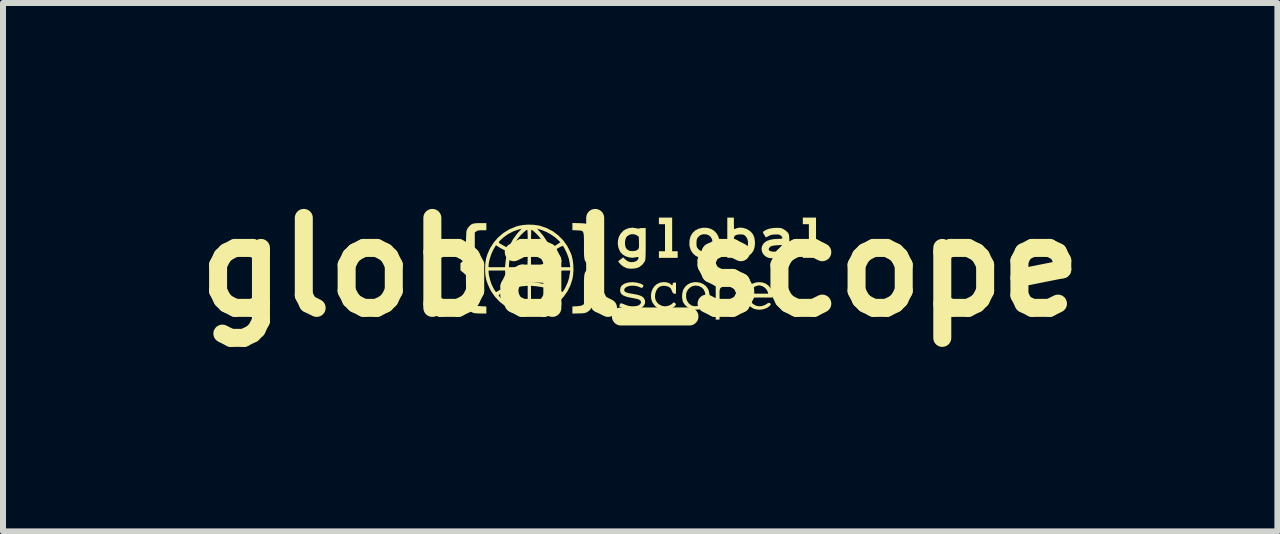
<source format=kicad_pcb>
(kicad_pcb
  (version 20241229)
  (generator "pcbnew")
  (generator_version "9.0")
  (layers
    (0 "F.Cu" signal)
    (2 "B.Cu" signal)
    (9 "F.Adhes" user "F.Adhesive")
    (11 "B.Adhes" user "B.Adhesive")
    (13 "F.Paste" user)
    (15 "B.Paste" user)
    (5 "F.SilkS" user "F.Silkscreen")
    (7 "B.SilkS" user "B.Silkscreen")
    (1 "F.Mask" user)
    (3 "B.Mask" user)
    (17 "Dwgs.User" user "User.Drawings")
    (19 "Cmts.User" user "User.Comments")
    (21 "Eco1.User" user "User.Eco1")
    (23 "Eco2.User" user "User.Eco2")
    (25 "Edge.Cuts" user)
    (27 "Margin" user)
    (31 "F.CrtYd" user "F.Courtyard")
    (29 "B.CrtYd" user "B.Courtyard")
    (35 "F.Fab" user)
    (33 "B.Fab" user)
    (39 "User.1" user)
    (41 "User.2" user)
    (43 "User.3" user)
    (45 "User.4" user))
  (footprint "global_scope"
    (layer "F.Cu")
    (at 7.621 1.404)
    (property "Reference" "global_scope" (at 0 0 0) (layer "F.SilkS") (effects (font (size 1.5 1.5) (thickness 0.3))))
    (attr board_only exclude_from_pos_files exclude_from_bom)
    (fp_poly (pts (xy 0.533 -0.547) (xy 0.533 -0.266) (xy 0.579 -0.266) (xy 0.625 -0.266) (xy 0.625 -0.211) (xy 0.625 -0.156) (xy 0.469 -0.156) (xy 0.312 -0.156) (xy 0.312 -0.211) (xy 0.312 -0.266) (xy 0.363 -0.266) (xy 0.414 -0.266) (xy 0.414 -0.492) (xy 0.414 -0.717) (xy 0.363 -0.717) (xy 0.312 -0.717) (xy 0.312 -0.772) (xy 0.312 -0.827) (xy 0.423 -0.827) (xy 0.533 -0.827)) (stroke (width 0) (type solid)) (fill yes) (layer "F.SilkS"))
    (fp_poly (pts (xy 2.931 -0.547) (xy 2.931 -0.266) (xy 2.968 -0.266) (xy 3.005 -0.266) (xy 3.005 -0.211) (xy 3.005 -0.156) (xy 2.858 -0.156) (xy 2.711 -0.156) (xy 2.711 -0.211) (xy 2.711 -0.266) (xy 2.761 -0.266) (xy 2.812 -0.266) (xy 2.812 -0.492) (xy 2.812 -0.717) (xy 2.761 -0.717) (xy 2.711 -0.717) (xy 2.711 -0.772) (xy 2.711 -0.827) (xy 2.821 -0.827) (xy 2.931 -0.827)) (stroke (width 0) (type solid)) (fill yes) (layer "F.SilkS"))
    (fp_poly (pts (xy 1.007 0.261) (xy 1.057 0.284) (xy 1.1 0.319) (xy 1.132 0.365) (xy 1.143 0.391) (xy 1.156 0.454) (xy 1.155 0.516) (xy 1.14 0.573) (xy 1.112 0.624) (xy 1.074 0.664) (xy 1.025 0.692) (xy 1.012 0.697) (xy 0.963 0.706) (xy 0.911 0.707) (xy 0.86 0.701) (xy 0.821 0.688) (xy 0.78 0.661) (xy 0.743 0.625) (xy 0.717 0.586) (xy 0.708 0.564) (xy 0.699 0.505) (xy 0.766 0.505) (xy 0.78 0.557) (xy 0.808 0.601) (xy 0.848 0.633) (xy 0.859 0.639) (xy 0.9 0.65) (xy 0.947 0.649) (xy 0.992 0.639) (xy 1.024 0.622) (xy 1.059 0.587) (xy 1.08 0.547) (xy 1.088 0.498) (xy 1.088 0.482) (xy 1.081 0.423) (xy 1.061 0.375) (xy 1.026 0.338) (xy 1.02 0.334) (xy 0.971 0.312) (xy 0.921 0.306) (xy 0.874 0.315) (xy 0.831 0.338) (xy 0.796 0.373) (xy 0.773 0.419) (xy 0.766 0.448) (xy 0.766 0.505) (xy 0.699 0.505) (xy 0.699 0.504) (xy 0.701 0.442) (xy 0.714 0.386) (xy 0.72 0.371) (xy 0.752 0.323) (xy 0.794 0.286) (xy 0.844 0.262) (xy 0.898 0.25) (xy 0.953 0.25)) (stroke (width 0) (type solid)) (fill yes) (layer "F.SilkS"))
    (fp_poly (pts (xy 1.115 -0.657) (xy 1.177 -0.64) (xy 1.231 -0.609) (xy 1.274 -0.564) (xy 1.305 -0.509) (xy 1.322 -0.443) (xy 1.325 -0.399) (xy 1.318 -0.329) (xy 1.295 -0.269) (xy 1.258 -0.22) (xy 1.206 -0.182) (xy 1.186 -0.172) (xy 1.138 -0.157) (xy 1.082 -0.151) (xy 1.027 -0.152) (xy 0.983 -0.161) (xy 0.925 -0.189) (xy 0.878 -0.23) (xy 0.844 -0.283) (xy 0.824 -0.346) (xy 0.82 -0.376) (xy 0.938 -0.376) (xy 0.941 -0.35) (xy 0.949 -0.329) (xy 0.955 -0.319) (xy 0.985 -0.286) (xy 1.025 -0.265) (xy 1.07 -0.257) (xy 1.116 -0.263) (xy 1.15 -0.278) (xy 1.182 -0.309) (xy 1.201 -0.347) (xy 1.208 -0.397) (xy 1.208 -0.405) (xy 1.2 -0.458) (xy 1.179 -0.501) (xy 1.146 -0.531) (xy 1.101 -0.548) (xy 1.055 -0.549) (xy 1.022 -0.543) (xy 0.996 -0.53) (xy 0.976 -0.511) (xy 0.958 -0.492) (xy 0.948 -0.475) (xy 0.942 -0.452) (xy 0.939 -0.419) (xy 0.939 -0.414) (xy 0.938 -0.376) (xy 0.82 -0.376) (xy 0.82 -0.381) (xy 0.823 -0.454) (xy 0.841 -0.518) (xy 0.874 -0.572) (xy 0.919 -0.614) (xy 0.977 -0.643) (xy 1.046 -0.658)) (stroke (width 0) (type solid)) (fill yes) (layer "F.SilkS"))
    (fp_poly (pts (xy 0.428 0.25) (xy 0.471 0.261) (xy 0.505 0.279) (xy 0.513 0.288) (xy 0.529 0.302) (xy 0.539 0.298) (xy 0.542 0.28) (xy 0.545 0.264) (xy 0.558 0.258) (xy 0.57 0.257) (xy 0.597 0.257) (xy 0.597 0.349) (xy 0.597 0.441) (xy 0.572 0.441) (xy 0.557 0.439) (xy 0.545 0.429) (xy 0.534 0.408) (xy 0.528 0.393) (xy 0.514 0.361) (xy 0.497 0.341) (xy 0.473 0.326) (xy 0.427 0.312) (xy 0.377 0.31) (xy 0.332 0.322) (xy 0.321 0.327) (xy 0.289 0.355) (xy 0.266 0.395) (xy 0.251 0.443) (xy 0.247 0.493) (xy 0.255 0.541) (xy 0.258 0.548) (xy 0.283 0.591) (xy 0.322 0.624) (xy 0.369 0.646) (xy 0.417 0.652) (xy 0.453 0.647) (xy 0.491 0.635) (xy 0.523 0.618) (xy 0.543 0.599) (xy 0.543 0.599) (xy 0.553 0.587) (xy 0.564 0.588) (xy 0.576 0.595) (xy 0.594 0.611) (xy 0.594 0.628) (xy 0.578 0.649) (xy 0.577 0.65) (xy 0.535 0.679) (xy 0.482 0.698) (xy 0.424 0.707) (xy 0.366 0.706) (xy 0.314 0.693) (xy 0.308 0.69) (xy 0.279 0.673) (xy 0.25 0.649) (xy 0.238 0.637) (xy 0.204 0.587) (xy 0.184 0.532) (xy 0.179 0.474) (xy 0.186 0.418) (xy 0.206 0.364) (xy 0.237 0.318) (xy 0.279 0.281) (xy 0.331 0.257) (xy 0.332 0.257) (xy 0.38 0.249)) (stroke (width 0) (type solid)) (fill yes) (layer "F.SilkS"))
    (fp_poly (pts (xy 1.562 -0.731) (xy 1.563 -0.691) (xy 1.563 -0.659) (xy 1.565 -0.639) (xy 1.566 -0.634) (xy 1.576 -0.637) (xy 1.596 -0.645) (xy 1.605 -0.649) (xy 1.652 -0.66) (xy 1.706 -0.657) (xy 1.761 -0.643) (xy 1.792 -0.628) (xy 1.844 -0.592) (xy 1.881 -0.546) (xy 1.904 -0.49) (xy 1.913 -0.422) (xy 1.914 -0.404) (xy 1.907 -0.333) (xy 1.888 -0.275) (xy 1.854 -0.227) (xy 1.806 -0.188) (xy 1.792 -0.18) (xy 1.761 -0.167) (xy 1.725 -0.156) (xy 1.687 -0.149) (xy 1.654 -0.146) (xy 1.631 -0.149) (xy 1.624 -0.153) (xy 1.612 -0.156) (xy 1.586 -0.158) (xy 1.552 -0.158) (xy 1.534 -0.158) (xy 1.452 -0.156) (xy 1.452 -0.294) (xy 1.562 -0.294) (xy 1.592 -0.276) (xy 1.633 -0.261) (xy 1.67 -0.257) (xy 1.702 -0.259) (xy 1.726 -0.267) (xy 1.749 -0.285) (xy 1.749 -0.285) (xy 1.778 -0.321) (xy 1.794 -0.367) (xy 1.798 -0.416) (xy 1.789 -0.464) (xy 1.767 -0.505) (xy 1.754 -0.52) (xy 1.736 -0.535) (xy 1.718 -0.543) (xy 1.692 -0.546) (xy 1.67 -0.547) (xy 1.627 -0.544) (xy 1.596 -0.535) (xy 1.587 -0.53) (xy 1.577 -0.522) (xy 1.57 -0.513) (xy 1.565 -0.501) (xy 1.563 -0.48) (xy 1.562 -0.448) (xy 1.562 -0.403) (xy 1.562 -0.294) (xy 1.452 -0.294) (xy 1.452 -0.491) (xy 1.452 -0.827) (xy 1.507 -0.827) (xy 1.562 -0.827)) (stroke (width 0) (type solid)) (fill yes) (layer "F.SilkS"))
    (fp_poly (pts (xy 1.535 0.262) (xy 1.585 0.29) (xy 1.626 0.331) (xy 1.651 0.372) (xy 1.667 0.426) (xy 1.673 0.487) (xy 1.666 0.547) (xy 1.662 0.562) (xy 1.642 0.603) (xy 1.611 0.643) (xy 1.573 0.676) (xy 1.549 0.69) (xy 1.503 0.704) (xy 1.451 0.707) (xy 1.401 0.702) (xy 1.365 0.689) (xy 1.342 0.678) (xy 1.328 0.672) (xy 1.326 0.671) (xy 1.325 0.679) (xy 1.324 0.703) (xy 1.323 0.737) (xy 1.323 0.772) (xy 1.323 0.873) (xy 1.291 0.873) (xy 1.259 0.873) (xy 1.259 0.565) (xy 1.259 0.477) (xy 1.323 0.477) (xy 1.324 0.526) (xy 1.325 0.56) (xy 1.327 0.583) (xy 1.331 0.597) (xy 1.337 0.607) (xy 1.343 0.612) (xy 1.385 0.639) (xy 1.435 0.651) (xy 1.486 0.648) (xy 1.51 0.64) (xy 1.551 0.614) (xy 1.581 0.576) (xy 1.6 0.53) (xy 1.606 0.48) (xy 1.6 0.43) (xy 1.581 0.382) (xy 1.554 0.348) (xy 1.513 0.319) (xy 1.466 0.306) (xy 1.416 0.308) (xy 1.368 0.327) (xy 1.347 0.341) (xy 1.337 0.35) (xy 1.331 0.359) (xy 1.327 0.372) (xy 1.324 0.394) (xy 1.323 0.427) (xy 1.323 0.474) (xy 1.323 0.477) (xy 1.259 0.477) (xy 1.259 0.257) (xy 1.291 0.257) (xy 1.314 0.26) (xy 1.322 0.268) (xy 1.323 0.274) (xy 1.325 0.284) (xy 1.331 0.286) (xy 1.347 0.28) (xy 1.366 0.27) (xy 1.422 0.251) (xy 1.48 0.249)) (stroke (width 0) (type solid)) (fill yes) (layer "F.SilkS"))
    (fp_poly (pts (xy 2.031 0.253) (xy 2.088 0.272) (xy 2.135 0.304) (xy 2.158 0.33) (xy 2.181 0.372) (xy 2.197 0.422) (xy 2.205 0.472) (xy 2.205 0.483) (xy 2.205 0.505) (xy 2.017 0.505) (xy 1.945 0.506) (xy 1.89 0.507) (xy 1.852 0.509) (xy 1.832 0.513) (xy 1.829 0.515) (xy 1.834 0.538) (xy 1.848 0.567) (xy 1.865 0.595) (xy 1.881 0.613) (xy 1.925 0.639) (xy 1.975 0.651) (xy 2.028 0.648) (xy 2.08 0.63) (xy 2.101 0.617) (xy 2.127 0.6) (xy 2.145 0.594) (xy 2.159 0.597) (xy 2.16 0.598) (xy 2.175 0.609) (xy 2.175 0.624) (xy 2.16 0.644) (xy 2.155 0.649) (xy 2.114 0.678) (xy 2.062 0.698) (xy 2.005 0.708) (xy 1.947 0.706) (xy 1.895 0.693) (xy 1.888 0.69) (xy 1.836 0.657) (xy 1.795 0.612) (xy 1.769 0.557) (xy 1.758 0.495) (xy 1.762 0.43) (xy 1.829 0.43) (xy 1.835 0.435) (xy 1.854 0.438) (xy 1.888 0.44) (xy 1.938 0.441) (xy 1.981 0.441) (xy 2.134 0.441) (xy 2.128 0.416) (xy 2.109 0.376) (xy 2.077 0.341) (xy 2.036 0.316) (xy 1.992 0.304) (xy 1.983 0.303) (xy 1.939 0.311) (xy 1.896 0.333) (xy 1.862 0.366) (xy 1.852 0.379) (xy 1.839 0.405) (xy 1.83 0.424) (xy 1.829 0.43) (xy 1.762 0.43) (xy 1.762 0.428) (xy 1.764 0.422) (xy 1.785 0.36) (xy 1.819 0.312) (xy 1.865 0.277) (xy 1.923 0.256) (xy 1.966 0.25)) (stroke (width 0) (type solid)) (fill yes) (layer "F.SilkS"))
    (fp_poly (pts (xy -2.564 -0.675) (xy -2.564 -0.616) (xy -2.636 -0.616) (xy -2.676 -0.615) (xy -2.703 -0.611) (xy -2.721 -0.604) (xy -2.733 -0.597) (xy -2.757 -0.578) (xy -2.757 -0.369) (xy -2.757 -0.307) (xy -2.759 -0.249) (xy -2.76 -0.199) (xy -2.763 -0.159) (xy -2.765 -0.133) (xy -2.766 -0.127) (xy -2.784 -0.093) (xy -2.819 -0.055) (xy -2.824 -0.051) (xy -2.872 -0.009) (xy -2.823 0.035) (xy -2.789 0.07) (xy -2.769 0.101) (xy -2.766 0.11) (xy -2.763 0.128) (xy -2.761 0.161) (xy -2.759 0.207) (xy -2.758 0.263) (xy -2.757 0.325) (xy -2.757 0.378) (xy -2.757 0.455) (xy -2.757 0.515) (xy -2.755 0.561) (xy -2.751 0.595) (xy -2.744 0.619) (xy -2.734 0.634) (xy -2.718 0.643) (xy -2.698 0.647) (xy -2.67 0.649) (xy -2.642 0.651) (xy -2.564 0.655) (xy -2.564 0.713) (xy -2.564 0.772) (xy -2.663 0.772) (xy -2.723 0.77) (xy -2.767 0.765) (xy -2.794 0.757) (xy -2.843 0.726) (xy -2.88 0.682) (xy -2.884 0.675) (xy -2.889 0.665) (xy -2.892 0.65) (xy -2.895 0.629) (xy -2.897 0.599) (xy -2.899 0.559) (xy -2.901 0.506) (xy -2.902 0.438) (xy -2.902 0.388) (xy -2.905 0.129) (xy -2.95 0.09) (xy -2.996 0.052) (xy -2.996 -0.007) (xy -2.996 -0.066) (xy -2.95 -0.107) (xy -2.904 -0.149) (xy -2.904 -0.362) (xy -2.903 -0.427) (xy -2.902 -0.487) (xy -2.9 -0.538) (xy -2.898 -0.578) (xy -2.895 -0.604) (xy -2.894 -0.609) (xy -2.877 -0.647) (xy -2.848 -0.684) (xy -2.815 -0.713) (xy -2.796 -0.723) (xy -2.769 -0.729) (xy -2.727 -0.734) (xy -2.671 -0.735) (xy -2.665 -0.735) (xy -2.564 -0.735)) (stroke (width 0) (type solid)) (fill yes) (layer "F.SilkS"))
    (fp_poly (pts (xy -0.059 0.256) (xy 0.007 0.274) (xy 0.025 0.282) (xy 0.048 0.296) (xy 0.054 0.311) (xy 0.044 0.331) (xy 0.042 0.334) (xy 0.032 0.344) (xy 0.021 0.345) (xy 0.001 0.336) (xy 0.001 0.336) (xy -0.051 0.317) (xy -0.11 0.308) (xy -0.168 0.31) (xy -0.179 0.312) (xy -0.225 0.327) (xy -0.254 0.348) (xy -0.266 0.374) (xy -0.266 0.38) (xy -0.263 0.397) (xy -0.25 0.41) (xy -0.227 0.422) (xy -0.191 0.432) (xy -0.139 0.442) (xy -0.119 0.445) (xy -0.052 0.458) (xy -0.001 0.473) (xy 0.036 0.491) (xy 0.061 0.514) (xy 0.067 0.523) (xy 0.082 0.563) (xy 0.08 0.603) (xy 0.063 0.639) (xy 0.032 0.669) (xy -0.01 0.692) (xy -0.056 0.703) (xy -0.085 0.707) (xy -0.11 0.711) (xy -0.115 0.711) (xy -0.134 0.712) (xy -0.163 0.71) (xy -0.191 0.707) (xy -0.221 0.701) (xy -0.255 0.692) (xy -0.289 0.68) (xy -0.32 0.668) (xy -0.341 0.657) (xy -0.349 0.649) (xy -0.346 0.638) (xy -0.338 0.62) (xy -0.332 0.608) (xy -0.325 0.602) (xy -0.313 0.602) (xy -0.293 0.608) (xy -0.26 0.621) (xy -0.244 0.629) (xy -0.196 0.644) (xy -0.146 0.651) (xy -0.097 0.651) (xy -0.053 0.645) (xy -0.018 0.631) (xy 0.004 0.611) (xy 0.006 0.608) (xy 0.014 0.582) (xy 0.008 0.561) (xy -0.011 0.544) (xy -0.047 0.53) (xy -0.099 0.519) (xy -0.119 0.515) (xy -0.191 0.502) (xy -0.247 0.486) (xy -0.287 0.468) (xy -0.314 0.446) (xy -0.329 0.418) (xy -0.335 0.385) (xy -0.335 0.384) (xy -0.328 0.34) (xy -0.307 0.305) (xy -0.27 0.279) (xy -0.259 0.273) (xy -0.198 0.255) (xy -0.13 0.249)) (stroke (width 0) (type solid)) (fill yes) (layer "F.SilkS"))
    (fp_poly (pts (xy -0.063 -0.65) (xy -0.062 -0.649) (xy -0.037 -0.643) (xy -0.021 -0.642) (xy -0.018 -0.644) (xy -0.01 -0.649) (xy 0.012 -0.652) (xy 0.037 -0.652) (xy 0.092 -0.652) (xy 0.092 -0.39) (xy 0.092 -0.311) (xy 0.091 -0.249) (xy 0.09 -0.201) (xy 0.089 -0.164) (xy 0.087 -0.138) (xy 0.084 -0.119) (xy 0.08 -0.105) (xy 0.077 -0.098) (xy 0.041 -0.047) (xy -0.007 -0.007) (xy -0.023 0.002) (xy -0.062 0.016) (xy -0.112 0.023) (xy -0.164 0.025) (xy -0.212 0.019) (xy -0.228 0.015) (xy -0.279 -0.01) (xy -0.325 -0.045) (xy -0.348 -0.072) (xy -0.367 -0.099) (xy -0.325 -0.131) (xy -0.284 -0.164) (xy -0.248 -0.129) (xy -0.207 -0.098) (xy -0.161 -0.084) (xy -0.113 -0.086) (xy -0.073 -0.098) (xy -0.044 -0.119) (xy -0.031 -0.143) (xy -0.028 -0.162) (xy -0.033 -0.171) (xy -0.05 -0.17) (xy -0.075 -0.164) (xy -0.131 -0.157) (xy -0.189 -0.164) (xy -0.245 -0.183) (xy -0.293 -0.213) (xy -0.33 -0.252) (xy -0.335 -0.261) (xy -0.362 -0.322) (xy -0.373 -0.385) (xy -0.372 -0.418) (xy -0.253 -0.418) (xy -0.252 -0.375) (xy -0.244 -0.337) (xy -0.233 -0.315) (xy -0.207 -0.288) (xy -0.176 -0.273) (xy -0.136 -0.268) (xy -0.117 -0.269) (xy -0.08 -0.274) (xy -0.055 -0.283) (xy -0.041 -0.294) (xy -0.031 -0.305) (xy -0.024 -0.316) (xy -0.021 -0.332) (xy -0.019 -0.357) (xy -0.02 -0.394) (xy -0.02 -0.413) (xy -0.023 -0.509) (xy -0.054 -0.53) (xy -0.095 -0.548) (xy -0.139 -0.551) (xy -0.181 -0.54) (xy -0.217 -0.516) (xy -0.235 -0.494) (xy -0.247 -0.46) (xy -0.253 -0.418) (xy -0.372 -0.418) (xy -0.37 -0.449) (xy -0.354 -0.509) (xy -0.324 -0.562) (xy -0.283 -0.606) (xy -0.25 -0.628) (xy -0.188 -0.652) (xy -0.125 -0.659)) (stroke (width 0) (type solid)) (fill yes) (layer "F.SilkS"))
    (fp_poly (pts (xy -1.016 -0.734) (xy -0.968 -0.732) (xy -0.935 -0.73) (xy -0.912 -0.727) (xy -0.896 -0.722) (xy -0.882 -0.714) (xy -0.868 -0.703) (xy -0.848 -0.686) (xy -0.832 -0.67) (xy -0.821 -0.653) (xy -0.812 -0.631) (xy -0.806 -0.603) (xy -0.802 -0.567) (xy -0.8 -0.519) (xy -0.8 -0.457) (xy -0.799 -0.385) (xy -0.799 -0.158) (xy -0.731 -0.094) (xy -0.694 -0.059) (xy -0.672 -0.032) (xy -0.662 -0.013) (xy -0.662 -0.009) (xy -0.668 0.008) (xy -0.686 0.032) (xy -0.719 0.065) (xy -0.731 0.076) (xy -0.799 0.139) (xy -0.799 0.392) (xy -0.8 0.474) (xy -0.801 0.541) (xy -0.803 0.593) (xy -0.806 0.634) (xy -0.812 0.665) (xy -0.82 0.688) (xy -0.832 0.706) (xy -0.846 0.721) (xy -0.865 0.736) (xy -0.875 0.742) (xy -0.893 0.753) (xy -0.91 0.76) (xy -0.931 0.765) (xy -0.959 0.768) (xy -1 0.77) (xy -1.022 0.77) (xy -1.13 0.773) (xy -1.13 0.714) (xy -1.13 0.654) (xy -1.059 0.651) (xy -1.007 0.646) (xy -0.972 0.637) (xy -0.962 0.632) (xy -0.937 0.615) (xy -0.937 0.372) (xy -0.937 0.292) (xy -0.937 0.229) (xy -0.935 0.179) (xy -0.932 0.14) (xy -0.927 0.111) (xy -0.919 0.088) (xy -0.909 0.07) (xy -0.895 0.054) (xy -0.877 0.038) (xy -0.868 0.03) (xy -0.823 -0.008) (xy -0.868 -0.047) (xy -0.888 -0.066) (xy -0.904 -0.083) (xy -0.917 -0.102) (xy -0.925 -0.124) (xy -0.931 -0.152) (xy -0.935 -0.189) (xy -0.937 -0.237) (xy -0.937 -0.299) (xy -0.937 -0.361) (xy -0.937 -0.435) (xy -0.938 -0.493) (xy -0.94 -0.536) (xy -0.945 -0.567) (xy -0.953 -0.589) (xy -0.965 -0.602) (xy -0.983 -0.609) (xy -1.007 -0.612) (xy -1.038 -0.614) (xy -1.053 -0.614) (xy -1.13 -0.618) (xy -1.13 -0.677) (xy -1.13 -0.737)) (stroke (width 0) (type solid)) (fill yes) (layer "F.SilkS"))
    (fp_poly (pts (xy 2.307 -0.656) (xy 2.337 -0.653) (xy 2.36 -0.648) (xy 2.383 -0.637) (xy 2.394 -0.631) (xy 2.425 -0.611) (xy 2.452 -0.586) (xy 2.463 -0.573) (xy 2.47 -0.561) (xy 2.476 -0.549) (xy 2.481 -0.534) (xy 2.483 -0.514) (xy 2.485 -0.486) (xy 2.487 -0.447) (xy 2.488 -0.394) (xy 2.489 -0.348) (xy 2.491 -0.156) (xy 2.431 -0.156) (xy 2.399 -0.157) (xy 2.381 -0.159) (xy 2.373 -0.165) (xy 2.371 -0.175) (xy 2.37 -0.186) (xy 2.365 -0.188) (xy 2.351 -0.183) (xy 2.332 -0.173) (xy 2.29 -0.159) (xy 2.238 -0.151) (xy 2.185 -0.15) (xy 2.139 -0.157) (xy 2.127 -0.16) (xy 2.082 -0.185) (xy 2.049 -0.221) (xy 2.029 -0.262) (xy 2.024 -0.298) (xy 2.142 -0.298) (xy 2.151 -0.279) (xy 2.175 -0.266) (xy 2.212 -0.259) (xy 2.24 -0.259) (xy 2.276 -0.263) (xy 2.302 -0.271) (xy 2.326 -0.287) (xy 2.332 -0.291) (xy 2.358 -0.318) (xy 2.369 -0.345) (xy 2.372 -0.37) (xy 2.284 -0.366) (xy 2.237 -0.362) (xy 2.205 -0.357) (xy 2.183 -0.35) (xy 2.17 -0.343) (xy 2.147 -0.319) (xy 2.142 -0.298) (xy 2.024 -0.298) (xy 2.023 -0.308) (xy 2.032 -0.353) (xy 2.057 -0.395) (xy 2.067 -0.405) (xy 2.108 -0.436) (xy 2.163 -0.457) (xy 2.231 -0.469) (xy 2.29 -0.472) (xy 2.334 -0.474) (xy 2.361 -0.478) (xy 2.372 -0.487) (xy 2.368 -0.501) (xy 2.35 -0.521) (xy 2.347 -0.525) (xy 2.332 -0.536) (xy 2.315 -0.543) (xy 2.29 -0.546) (xy 2.258 -0.546) (xy 2.216 -0.544) (xy 2.183 -0.538) (xy 2.151 -0.525) (xy 2.144 -0.521) (xy 2.095 -0.496) (xy 2.068 -0.54) (xy 2.053 -0.565) (xy 2.046 -0.579) (xy 2.048 -0.589) (xy 2.058 -0.598) (xy 2.059 -0.599) (xy 2.102 -0.625) (xy 2.159 -0.644) (xy 2.225 -0.654) (xy 2.265 -0.656)) (stroke (width 0) (type solid)) (fill yes) (layer "F.SilkS"))
    (fp_poly (pts (xy -1.779 -0.707) (xy -1.699 -0.697) (xy -1.668 -0.69) (xy -1.556 -0.651) (xy -1.454 -0.598) (xy -1.363 -0.529) (xy -1.283 -0.448) (xy -1.216 -0.354) (xy -1.163 -0.249) (xy -1.143 -0.198) (xy -1.125 -0.125) (xy -1.115 -0.042) (xy -1.112 0.045) (xy -1.118 0.13) (xy -1.129 0.197) (xy -1.164 0.305) (xy -1.214 0.405) (xy -1.278 0.495) (xy -1.353 0.574) (xy -1.439 0.641) (xy -1.533 0.695) (xy -1.635 0.735) (xy -1.742 0.759) (xy -1.853 0.767) (xy -1.935 0.762) (xy -2.047 0.74) (xy -2.153 0.701) (xy -2.252 0.646) (xy -2.341 0.577) (xy -2.418 0.495) (xy -2.435 0.472) (xy -2.358 0.472) (xy -2.35 0.484) (xy -2.33 0.505) (xy -2.325 0.511) (xy -2.286 0.546) (xy -2.238 0.582) (xy -2.187 0.616) (xy -2.14 0.642) (xy -2.127 0.648) (xy -2.104 0.657) (xy -2.071 0.669) (xy -2.035 0.681) (xy -2.002 0.691) (xy -1.98 0.697) (xy -1.977 0.698) (xy -1.979 0.695) (xy -1.718 0.695) (xy -1.711 0.695) (xy -1.69 0.69) (xy -1.661 0.68) (xy -1.627 0.668) (xy -1.594 0.656) (xy -1.565 0.643) (xy -1.563 0.642) (xy -1.509 0.614) (xy -1.453 0.578) (xy -1.402 0.54) (xy -1.362 0.503) (xy -1.344 0.484) (xy -1.338 0.472) (xy -1.342 0.463) (xy -1.348 0.457) (xy -1.365 0.446) (xy -1.391 0.43) (xy -1.421 0.412) (xy -1.452 0.396) (xy -1.477 0.383) (xy -1.493 0.377) (xy -1.495 0.377) (xy -1.504 0.385) (xy -1.515 0.405) (xy -1.52 0.418) (xy -1.54 0.459) (xy -1.569 0.508) (xy -1.604 0.56) (xy -1.641 0.609) (xy -1.671 0.643) (xy -1.694 0.667) (xy -1.711 0.686) (xy -1.718 0.695) (xy -1.718 0.695) (xy -1.979 0.695) (xy -1.981 0.692) (xy -1.995 0.676) (xy -2.017 0.652) (xy -2.027 0.641) (xy -2.097 0.555) (xy -2.152 0.466) (xy -2.169 0.429) (xy -2.182 0.401) (xy -2.194 0.383) (xy -2.2 0.377) (xy -2.211 0.381) (xy -2.235 0.392) (xy -2.264 0.407) (xy -2.295 0.424) (xy -2.323 0.44) (xy -2.344 0.453) (xy -2.347 0.455) (xy -2.356 0.463) (xy -2.358 0.472) (xy -2.435 0.472) (xy -2.484 0.401) (xy -2.509 0.354) (xy -2.541 0.282) (xy -2.564 0.218) (xy -2.577 0.154) (xy -2.584 0.084) (xy -2.584 0.055) (xy -2.527 0.055) (xy -2.527 0.08) (xy -2.524 0.116) (xy -2.515 0.161) (xy -2.502 0.211) (xy -2.487 0.259) (xy -2.479 0.281) (xy -2.463 0.316) (xy -2.445 0.351) (xy -2.427 0.382) (xy -2.412 0.404) (xy -2.402 0.413) (xy -2.401 0.413) (xy -2.389 0.409) (xy -2.37 0.397) (xy -2.366 0.395) (xy -2.344 0.381) (xy -2.312 0.363) (xy -2.294 0.353) (xy -2.13 0.353) (xy -2.129 0.364) (xy -2.12 0.386) (xy -2.106 0.418) (xy -2.095 0.44) (xy -2.068 0.487) (xy -2.037 0.531) (xy -1.998 0.576) (xy -1.975 0.6) (xy -1.944 0.631) (xy -1.917 0.656) (xy -1.896 0.673) (xy -1.886 0.68) (xy -1.885 0.68) (xy -1.881 0.674) (xy -1.878 0.656) (xy -1.876 0.624) (xy -1.875 0.577) (xy -1.875 0.513) (xy -1.875 0.495) (xy -1.875 0.31) (xy -1.82 0.31) (xy -1.82 0.495) (xy -1.819 0.551) (xy -1.818 0.6) (xy -1.817 0.64) (xy -1.815 0.667) (xy -1.812 0.68) (xy -1.812 0.68) (xy -1.802 0.674) (xy -1.782 0.659) (xy -1.756 0.636) (xy -1.742 0.624) (xy -1.708 0.59) (xy -1.675 0.553) (xy -1.647 0.518) (xy -1.644 0.513) (xy -1.622 0.478) (xy -1.601 0.442) (xy -1.584 0.407) (xy -1.571 0.378) (xy -1.565 0.358) (xy -1.565 0.352) (xy -1.579 0.346) (xy -1.607 0.338) (xy -1.644 0.331) (xy -1.686 0.324) (xy -1.728 0.318) (xy -1.748 0.316) (xy -1.82 0.31) (xy -1.875 0.31) (xy -1.946 0.316) (xy -1.989 0.321) (xy -2.033 0.328) (xy -2.074 0.335) (xy -2.106 0.344) (xy -2.127 0.351) (xy -2.13 0.353) (xy -2.294 0.353) (xy -2.278 0.344) (xy -2.276 0.344) (xy -2.243 0.325) (xy -2.224 0.312) (xy -2.218 0.3) (xy -2.218 0.297) (xy -1.478 0.297) (xy -1.476 0.313) (xy -1.468 0.322) (xy -1.453 0.329) (xy -1.45 0.33) (xy -1.427 0.34) (xy -1.395 0.357) (xy -1.365 0.376) (xy -1.336 0.394) (xy -1.311 0.406) (xy -1.296 0.411) (xy -1.296 0.411) (xy -1.286 0.402) (xy -1.271 0.381) (xy -1.253 0.35) (xy -1.243 0.331) (xy -1.209 0.255) (xy -1.186 0.182) (xy -1.172 0.103) (xy -1.165 0.055) (xy -1.303 0.055) (xy -1.358 0.055) (xy -1.398 0.056) (xy -1.424 0.06) (xy -1.44 0.067) (xy -1.448 0.079) (xy -1.451 0.098) (xy -1.452 0.124) (xy -1.452 0.133) (xy -1.454 0.162) (xy -1.46 0.2) (xy -1.466 0.23) (xy -1.474 0.27) (xy -1.478 0.297) (xy -2.218 0.297) (xy -2.218 0.296) (xy -2.225 0.265) (xy -2.233 0.222) (xy -2.24 0.174) (xy -2.246 0.127) (xy -2.247 0.117) (xy -2.249 0.094) (xy -2.187 0.094) (xy -2.185 0.121) (xy -2.181 0.16) (xy -2.174 0.202) (xy -2.172 0.214) (xy -2.164 0.254) (xy -2.158 0.278) (xy -2.151 0.289) (xy -2.144 0.29) (xy -2.129 0.286) (xy -2.101 0.28) (xy -2.066 0.273) (xy -2.055 0.271) (xy -2.011 0.264) (xy -1.966 0.257) (xy -1.929 0.252) (xy -1.927 0.252) (xy -1.874 0.247) (xy -1.877 0.153) (xy -1.879 0.06) (xy -2.033 0.057) (xy -2.16 0.055) (xy -1.82 0.055) (xy -1.82 0.151) (xy -1.82 0.247) (xy -1.767 0.252) (xy -1.732 0.257) (xy -1.688 0.264) (xy -1.643 0.272) (xy -1.631 0.274) (xy -1.594 0.281) (xy -1.565 0.285) (xy -1.546 0.286) (xy -1.543 0.285) (xy -1.538 0.274) (xy -1.532 0.251) (xy -1.527 0.23) (xy -1.521 0.192) (xy -1.514 0.148) (xy -1.511 0.117) (xy -1.505 0.055) (xy -1.662 0.055) (xy -1.82 0.055) (xy -2.16 0.055) (xy -2.187 0.055) (xy -2.187 0.094) (xy -2.249 0.094) (xy -2.253 0.055) (xy -2.39 0.055) (xy -2.527 0.055) (xy -2.584 0.055) (xy -2.585 0.023) (xy -2.584 0) (xy -2.527 0) (xy -2.39 0) (xy -2.253 0) (xy -2.249 -0.039) (xy -2.187 -0.039) (xy -2.187 0.000445) (xy -2.16 0) (xy -1.82 0) (xy -1.662 0) (xy -1.505 0) (xy -1.512 -0.062) (xy -1.519 -0.123) (xy -1.527 -0.172) (xy -1.537 -0.207) (xy -1.546 -0.228) (xy -1.554 -0.233) (xy -1.568 -0.23) (xy -1.596 -0.225) (xy -1.631 -0.219) (xy -1.64 -0.217) (xy -1.684 -0.21) (xy -1.729 -0.203) (xy -1.765 -0.198) (xy -1.767 -0.198) (xy -1.82 -0.192) (xy -1.82 -0.096) (xy -1.82 0) (xy -2.16 0) (xy -2.033 -0.002) (xy -1.879 -0.005) (xy -1.877 -0.098) (xy -1.874 -0.192) (xy -1.927 -0.197) (xy -1.962 -0.201) (xy -2.003 -0.208) (xy -2.047 -0.215) (xy -2.088 -0.222) (xy -2.121 -0.229) (xy -2.142 -0.234) (xy -2.144 -0.235) (xy -2.151 -0.234) (xy -2.158 -0.222) (xy -2.164 -0.198) (xy -2.172 -0.159) (xy -2.179 -0.117) (xy -2.184 -0.077) (xy -2.187 -0.045) (xy -2.187 -0.039) (xy -2.249 -0.039) (xy -2.247 -0.062) (xy -2.242 -0.105) (xy -2.235 -0.154) (xy -2.228 -0.192) (xy -2.222 -0.225) (xy -2.218 -0.249) (xy -2.217 -0.253) (xy -1.478 -0.253) (xy -1.477 -0.231) (xy -1.47 -0.196) (xy -1.466 -0.175) (xy -1.459 -0.137) (xy -1.454 -0.1) (xy -1.452 -0.078) (xy -1.452 -0.049) (xy -1.45 -0.028) (xy -1.443 -0.014) (xy -1.429 -0.006) (xy -1.406 -0.002) (xy -1.371 -0.000143) (xy -1.32 0.000011) (xy -1.303 0) (xy -1.165 0) (xy -1.172 -0.048) (xy -1.178 -0.087) (xy -1.187 -0.13) (xy -1.191 -0.147) (xy -1.201 -0.177) (xy -1.215 -0.214) (xy -1.232 -0.254) (xy -1.25 -0.291) (xy -1.267 -0.323) (xy -1.281 -0.346) (xy -1.29 -0.355) (xy -1.302 -0.352) (xy -1.326 -0.341) (xy -1.357 -0.325) (xy -1.378 -0.313) (xy -1.412 -0.293) (xy -1.441 -0.277) (xy -1.461 -0.268) (xy -1.467 -0.266) (xy -1.475 -0.264) (xy -1.478 -0.253) (xy -2.217 -0.253) (xy -2.217 -0.255) (xy -1.82 -0.255) (xy -1.748 -0.261) (xy -1.704 -0.266) (xy -1.658 -0.273) (xy -1.622 -0.281) (xy -1.593 -0.289) (xy -1.571 -0.295) (xy -1.564 -0.299) (xy -1.565 -0.309) (xy -1.574 -0.332) (xy -1.59 -0.362) (xy -1.61 -0.398) (xy -1.632 -0.434) (xy -1.654 -0.468) (xy -1.674 -0.496) (xy -1.675 -0.497) (xy -1.7 -0.526) (xy -1.729 -0.556) (xy -1.758 -0.584) (xy -1.785 -0.607) (xy -1.805 -0.621) (xy -1.814 -0.625) (xy -1.816 -0.616) (xy -1.817 -0.592) (xy -1.818 -0.555) (xy -1.819 -0.507) (xy -1.82 -0.452) (xy -1.82 -0.44) (xy -1.82 -0.255) (xy -2.217 -0.255) (xy -2.217 -0.261) (xy -2.217 -0.261) (xy -2.235 -0.269) (xy -2.264 -0.284) (xy -2.297 -0.302) (xy -2.303 -0.305) (xy -2.132 -0.305) (xy -2.124 -0.295) (xy -2.112 -0.289) (xy -2.08 -0.281) (xy -2.038 -0.273) (xy -1.991 -0.265) (xy -1.948 -0.26) (xy -1.918 -0.258) (xy -1.875 -0.257) (xy -1.875 -0.441) (xy -1.875 -0.5) (xy -1.876 -0.55) (xy -1.878 -0.59) (xy -1.88 -0.615) (xy -1.883 -0.625) (xy -1.883 -0.625) (xy -1.897 -0.618) (xy -1.919 -0.601) (xy -1.947 -0.577) (xy -1.978 -0.547) (xy -2.006 -0.517) (xy -2.031 -0.488) (xy -2.035 -0.482) (xy -2.057 -0.451) (xy -2.08 -0.414) (xy -2.101 -0.377) (xy -2.118 -0.343) (xy -2.129 -0.317) (xy -2.132 -0.305) (xy -2.303 -0.305) (xy -2.33 -0.32) (xy -2.356 -0.336) (xy -2.365 -0.341) (xy -2.403 -0.367) (xy -2.43 -0.323) (xy -2.459 -0.27) (xy -2.485 -0.208) (xy -2.506 -0.144) (xy -2.521 -0.083) (xy -2.527 -0.031) (xy -2.527 -0.025) (xy -2.527 0) (xy -2.584 0) (xy -2.581 -0.065) (xy -2.569 -0.142) (xy -2.547 -0.215) (xy -2.514 -0.291) (xy -2.505 -0.31) (xy -2.443 -0.409) (xy -2.44 -0.413) (xy -2.357 -0.413) (xy -2.349 -0.402) (xy -2.329 -0.389) (xy -2.296 -0.37) (xy -2.271 -0.356) (xy -2.241 -0.34) (xy -2.216 -0.328) (xy -2.202 -0.322) (xy -2.201 -0.322) (xy -2.193 -0.33) (xy -2.181 -0.35) (xy -2.169 -0.373) (xy -2.122 -0.462) (xy -2.059 -0.549) (xy -2.028 -0.585) (xy -1.975 -0.642) (xy -1.718 -0.642) (xy -1.667 -0.585) (xy -1.612 -0.519) (xy -1.566 -0.45) (xy -1.53 -0.384) (xy -1.524 -0.37) (xy -1.512 -0.344) (xy -1.501 -0.326) (xy -1.496 -0.322) (xy -1.484 -0.325) (xy -1.461 -0.335) (xy -1.449 -0.341) (xy -1.417 -0.359) (xy -1.382 -0.381) (xy -1.371 -0.388) (xy -1.331 -0.415) (xy -1.357 -0.443) (xy -1.413 -0.494) (xy -1.482 -0.542) (xy -1.556 -0.584) (xy -1.631 -0.616) (xy -1.672 -0.629) (xy -1.718 -0.642) (xy -1.975 -0.642) (xy -1.975 -0.642) (xy -2.026 -0.628) (xy -2.116 -0.597) (xy -2.204 -0.551) (xy -2.283 -0.494) (xy -2.325 -0.455) (xy -2.343 -0.436) (xy -2.354 -0.423) (xy -2.357 -0.413) (xy -2.44 -0.413) (xy -2.368 -0.496) (xy -2.281 -0.57) (xy -2.184 -0.63) (xy -2.077 -0.675) (xy -2.026 -0.69) (xy -1.95 -0.704) (xy -1.865 -0.71)) (stroke (width 0) (type solid)) (fill yes) (layer "F.SilkS")))
  (gr_rect
    (start -3 -3)
    (end 18.243 5.808)
    (stroke (width 0.1) (type default))
    (fill no)
    (layer "Edge.Cuts")))
</source>
